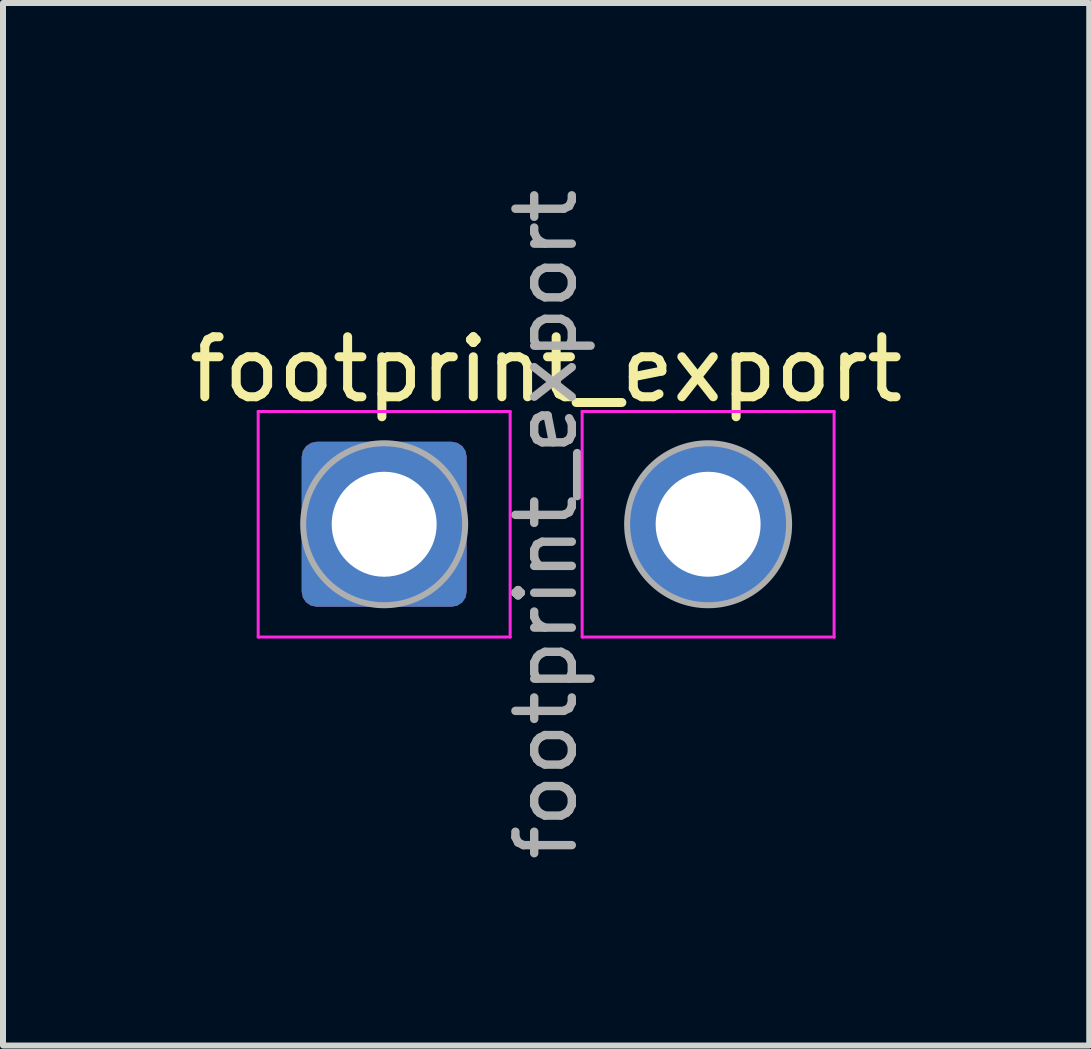
<source format=kicad_pcb>
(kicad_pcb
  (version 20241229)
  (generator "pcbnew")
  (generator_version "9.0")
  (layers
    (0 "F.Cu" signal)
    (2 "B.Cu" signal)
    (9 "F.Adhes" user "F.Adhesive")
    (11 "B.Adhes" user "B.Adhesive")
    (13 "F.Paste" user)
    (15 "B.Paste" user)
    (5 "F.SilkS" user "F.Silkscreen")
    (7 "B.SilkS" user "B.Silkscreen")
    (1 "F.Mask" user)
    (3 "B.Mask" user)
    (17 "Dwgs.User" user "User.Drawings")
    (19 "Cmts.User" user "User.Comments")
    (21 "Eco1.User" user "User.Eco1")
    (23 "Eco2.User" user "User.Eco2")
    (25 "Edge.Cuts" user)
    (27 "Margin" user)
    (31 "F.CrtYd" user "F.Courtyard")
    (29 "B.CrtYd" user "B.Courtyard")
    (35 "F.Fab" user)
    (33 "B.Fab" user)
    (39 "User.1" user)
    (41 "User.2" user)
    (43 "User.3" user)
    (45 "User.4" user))
  (footprint "footprint_export"
    (layer "F.Cu")
    (at 3.354 5.689)
    (property "Reference" "footprint_export" (at 2.7 -2.58 0) (layer "F.SilkS") (effects (font (size 1 1) (thickness 0.15))))
    (attr exclude_from_pos_files exclude_from_bom)
    (fp_line (start -2.1 -1.88) (end -2.1 1.88) (stroke (width 0.05) (type solid)) (layer "F.CrtYd"))
    (fp_line (start -2.1 1.88) (end 2.1 1.88) (stroke (width 0.05) (type solid)) (layer "F.CrtYd"))
    (fp_line (start 2.1 -1.88) (end -2.1 -1.88) (stroke (width 0.05) (type solid)) (layer "F.CrtYd"))
    (fp_line (start 2.1 1.88) (end 2.1 -1.88) (stroke (width 0.05) (type solid)) (layer "F.CrtYd"))
    (fp_line (start 3.3 -1.88) (end 3.3 1.88) (stroke (width 0.05) (type solid)) (layer "F.CrtYd"))
    (fp_line (start 3.3 1.88) (end 7.5 1.88) (stroke (width 0.05) (type solid)) (layer "F.CrtYd"))
    (fp_line (start 7.5 -1.88) (end 3.3 -1.88) (stroke (width 0.05) (type solid)) (layer "F.CrtYd"))
    (fp_line (start 7.5 1.88) (end 7.5 -1.88) (stroke (width 0.05) (type solid)) (layer "F.CrtYd"))
    (fp_circle (center 0 0) (end 1.35 0) (stroke (width 0.1) (type solid)) (fill no) (layer "F.Fab"))
    (fp_circle (center 5.4 0) (end 6.75 0) (stroke (width 0.1) (type solid)) (fill no) (layer "F.Fab"))
    (fp_text user "${REFERENCE}" (at 2.7 0 90) (layer "F.Fab") (effects (font (size 0.94 0.94) (thickness 0.14))))
    (pad "1" thru_hole roundrect (at 0 0) (size 2.75 2.75) (drill 1.75) (layers "*.Cu" "*.Mask") (roundrect_rratio 0.091))
    (pad "2" thru_hole circle (at 5.4 0) (size 2.75 2.75) (drill 1.75) (layers "*.Cu" "*.Mask")))
  (gr_rect
    (start -3 -3)
    (end 15.107 14.378)
    (stroke (width 0.1) (type default))
    (fill no)
    (layer "Edge.Cuts")))
</source>
